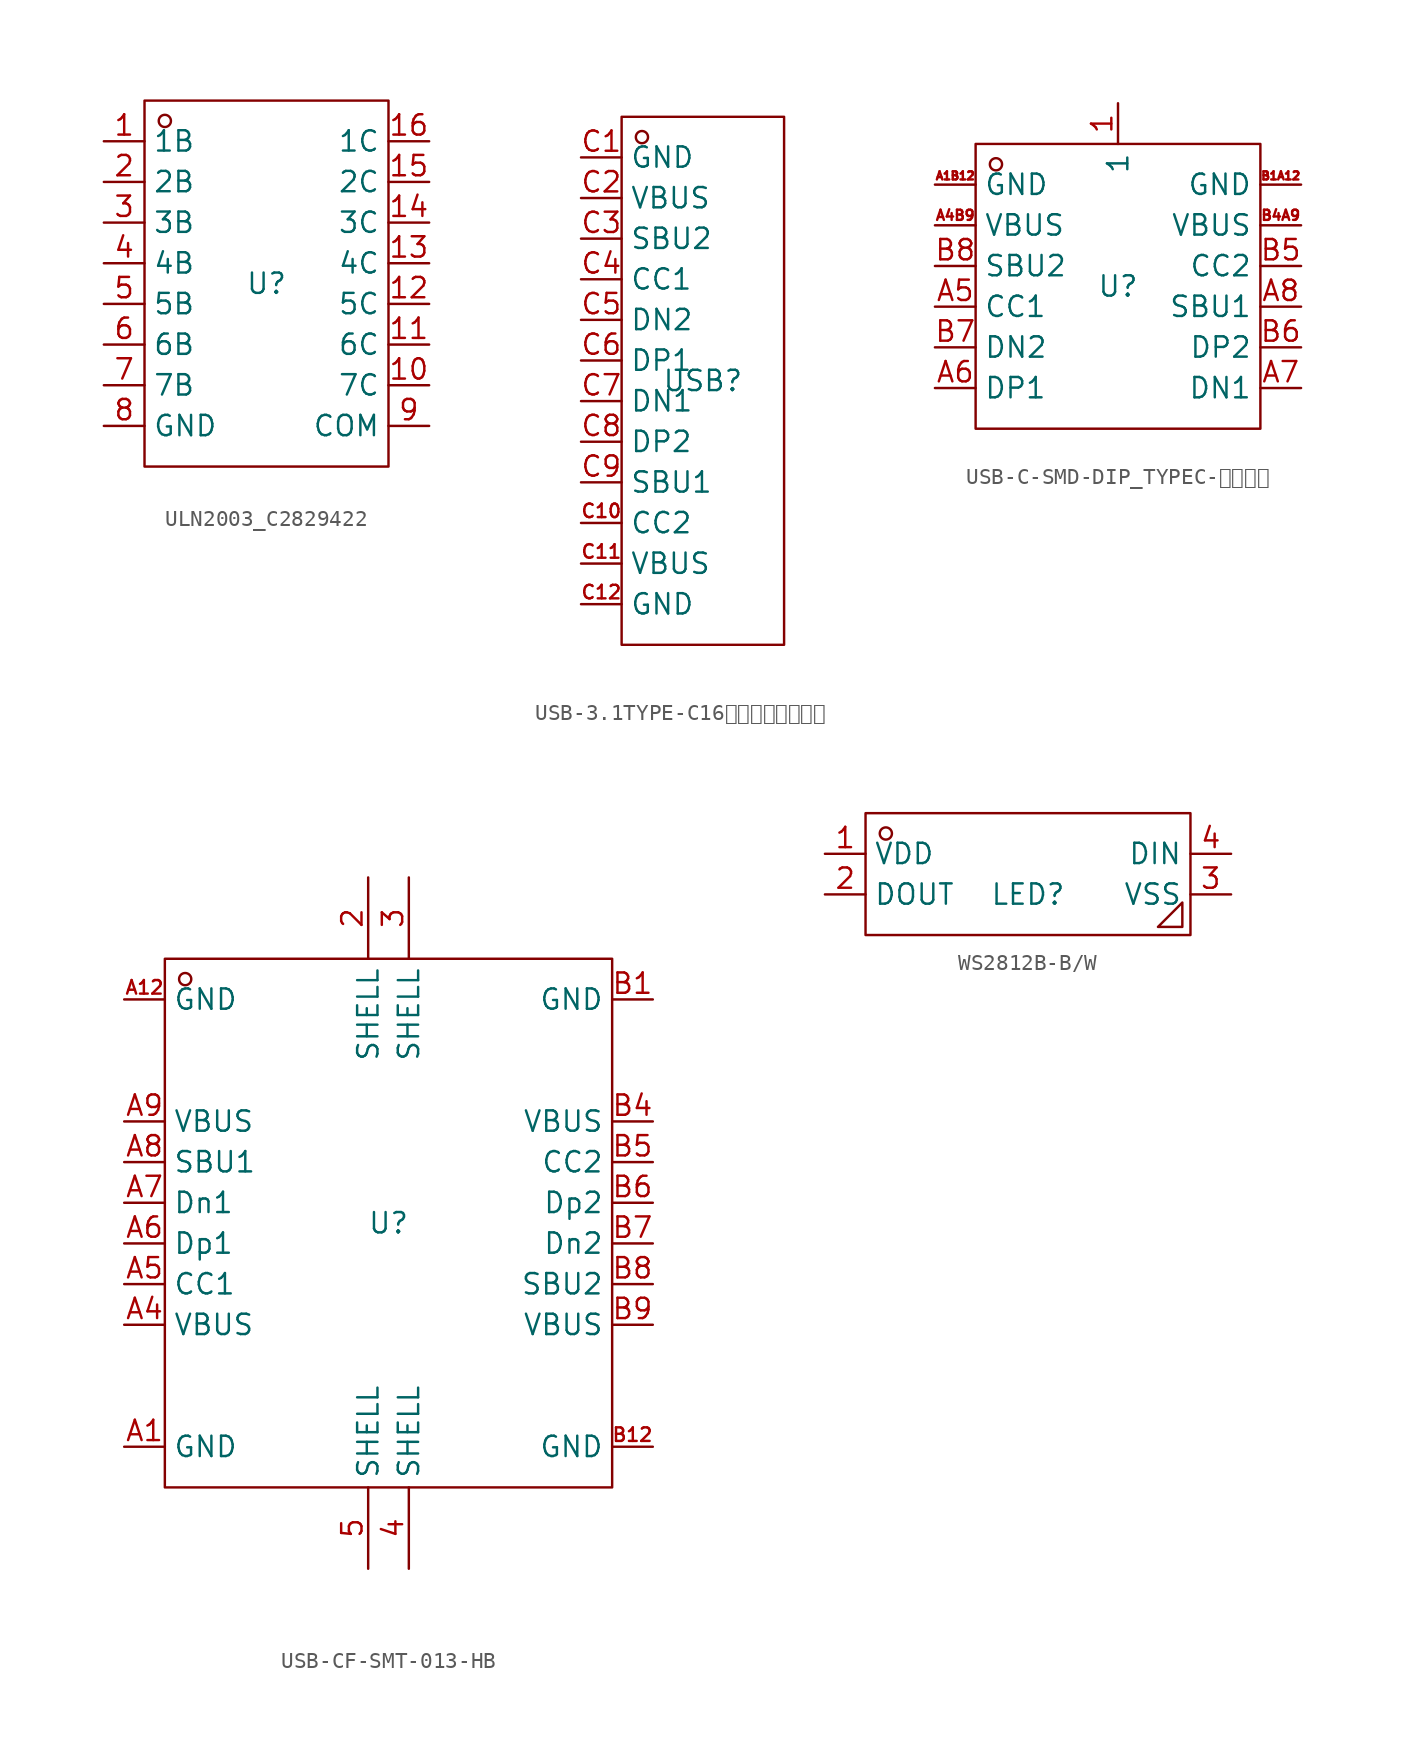
<source format=kicad_sym>
(kicad_symbol_lib
  (version 20231120)
  (generator "kicad_symbol_editor")
  (generator_version "8.0")
  (symbol "ULN2003_C2829422"
    (property "Reference" "U"
      (at 0 0 0)
      (effects (font (size 1.27 1.27))))
    (property "Value" ""
      (at 0 0 0)
      (effects (font (size 1.27 1.27))))
    (symbol "ULN2003_C2829422_1_0"
      (rectangle (start -7.62 -11.43) (end 7.62 11.43) (stroke (width 0) (type default)) (fill (type none)))
      (circle (center -6.35 10.16) (radius 0.381) (stroke (width 0) (type default)) (fill (type none)))
      (pin input line (at -10.16 8.89 0) (length 2.54) (name "1B" (effects (font (size 1.27 1.27)))) (number "1" (effects (font (size 1.27 1.27)))))
      (pin input line (at 10.16 -6.35 180) (length 2.54) (name "7C" (effects (font (size 1.27 1.27)))) (number "10" (effects (font (size 1.27 1.27)))))
      (pin input line (at 10.16 -3.81 180) (length 2.54) (name "6C" (effects (font (size 1.27 1.27)))) (number "11" (effects (font (size 1.27 1.27)))))
      (pin input line (at 10.16 -1.27 180) (length 2.54) (name "5C" (effects (font (size 1.27 1.27)))) (number "12" (effects (font (size 1.27 1.27)))))
      (pin input line (at 10.16 1.27 180) (length 2.54) (name "4C" (effects (font (size 1.27 1.27)))) (number "13" (effects (font (size 1.27 1.27)))))
      (pin input line (at 10.16 3.81 180) (length 2.54) (name "3C" (effects (font (size 1.27 1.27)))) (number "14" (effects (font (size 1.27 1.27)))))
      (pin input line (at 10.16 6.35 180) (length 2.54) (name "2C" (effects (font (size 1.27 1.27)))) (number "15" (effects (font (size 1.27 1.27)))))
      (pin input line (at 10.16 8.89 180) (length 2.54) (name "1C" (effects (font (size 1.27 1.27)))) (number "16" (effects (font (size 1.27 1.27)))))
      (pin input line (at -10.16 6.35 0) (length 2.54) (name "2B" (effects (font (size 1.27 1.27)))) (number "2" (effects (font (size 1.27 1.27)))))
      (pin input line (at -10.16 3.81 0) (length 2.54) (name "3B" (effects (font (size 1.27 1.27)))) (number "3" (effects (font (size 1.27 1.27)))))
      (pin input line (at -10.16 1.27 0) (length 2.54) (name "4B" (effects (font (size 1.27 1.27)))) (number "4" (effects (font (size 1.27 1.27)))))
      (pin input line (at -10.16 -1.27 0) (length 2.54) (name "5B" (effects (font (size 1.27 1.27)))) (number "5" (effects (font (size 1.27 1.27)))))
      (pin input line (at -10.16 -3.81 0) (length 2.54) (name "6B" (effects (font (size 1.27 1.27)))) (number "6" (effects (font (size 1.27 1.27)))))
      (pin input line (at -10.16 -6.35 0) (length 2.54) (name "7B" (effects (font (size 1.27 1.27)))) (number "7" (effects (font (size 1.27 1.27)))))
      (pin input line (at -10.16 -8.89 0) (length 2.54) (name "GND" (effects (font (size 1.27 1.27)))) (number "8" (effects (font (size 1.27 1.27)))))
      (pin input line (at 10.16 -8.89 180) (length 2.54) (name "COM" (effects (font (size 1.27 1.27)))) (number "9" (effects (font (size 1.27 1.27)))))))
  (symbol "USB-3.1TYPE-C16沉板带螺丝孔双耳"
    (property "Reference" "USB"
      (at 0 0 0)
      (effects (font (size 1.27 1.27))))
    (property "Value" ""
      (at 0 0 0)
      (effects (font (size 1.27 1.27))))
    (symbol "USB-3.1TYPE-C16沉板带螺丝孔双耳_1_0"
      (rectangle (start -5.08 -16.51) (end 5.08 16.51) (stroke (width 0) (type default)) (fill (type none)))
      (circle (center -3.81 15.24) (radius 0.381) (stroke (width 0) (type default)) (fill (type none)))
      (pin input line (at -7.62 13.97 0) (length 2.54) (name "GND" (effects (font (size 1.27 1.27)))) (number "C1" (effects (font (size 1.27 1.27)))))
      (pin input line (at -7.62 -8.89 0) (length 2.54) (name "CC2" (effects (font (size 1.27 1.27)))) (number "C10" (effects (font (size 0.847 0.847)))))
      (pin input line (at -7.62 -11.43 0) (length 2.54) (name "VBUS" (effects (font (size 1.27 1.27)))) (number "C11" (effects (font (size 0.847 0.847)))))
      (pin input line (at -7.62 -13.97 0) (length 2.54) (name "GND" (effects (font (size 1.27 1.27)))) (number "C12" (effects (font (size 0.847 0.847)))))
      (pin input line (at -7.62 11.43 0) (length 2.54) (name "VBUS" (effects (font (size 1.27 1.27)))) (number "C2" (effects (font (size 1.27 1.27)))))
      (pin input line (at -7.62 8.89 0) (length 2.54) (name "SBU2" (effects (font (size 1.27 1.27)))) (number "C3" (effects (font (size 1.27 1.27)))))
      (pin input line (at -7.62 6.35 0) (length 2.54) (name "CC1" (effects (font (size 1.27 1.27)))) (number "C4" (effects (font (size 1.27 1.27)))))
      (pin input line (at -7.62 3.81 0) (length 2.54) (name "DN2" (effects (font (size 1.27 1.27)))) (number "C5" (effects (font (size 1.27 1.27)))))
      (pin input line (at -7.62 1.27 0) (length 2.54) (name "DP1" (effects (font (size 1.27 1.27)))) (number "C6" (effects (font (size 1.27 1.27)))))
      (pin input line (at -7.62 -1.27 0) (length 2.54) (name "DN1" (effects (font (size 1.27 1.27)))) (number "C7" (effects (font (size 1.27 1.27)))))
      (pin input line (at -7.62 -3.81 0) (length 2.54) (name "DP2" (effects (font (size 1.27 1.27)))) (number "C8" (effects (font (size 1.27 1.27)))))
      (pin input line (at -7.62 -6.35 0) (length 2.54) (name "SBU1" (effects (font (size 1.27 1.27)))) (number "C9" (effects (font (size 1.27 1.27)))))))
  (symbol "USB-C-SMD-DIP_TYPEC-缩减引脚"
    (property "Reference" "U"
      (at 0 0 0)
      (effects (font (size 1.27 1.27))))
    (property "Value" ""
      (at 0 0 0)
      (effects (font (size 1.27 1.27))))
    (symbol "USB-C-SMD-DIP_TYPEC-缩减引脚_1_0"
      (rectangle (start -8.89 -8.89) (end 8.89 8.89) (stroke (width 0) (type default)) (fill (type none)))
      (circle (center -7.62 7.62) (radius 0.381) (stroke (width 0) (type default)) (fill (type none)))
      (pin unspecified line (at 0 11.43 270) (length 2.54) (name "1" (effects (font (size 1.27 1.27)))) (number "1" (effects (font (size 1.27 1.27)))))
      (pin unspecified line (at -11.43 6.35 0) (length 2.54) (name "GND" (effects (font (size 1.27 1.27)))) (number "A1B12" (effects (font (size 0.508 0.508)))))
      (pin unspecified line (at -11.43 3.81 0) (length 2.54) (name "VBUS" (effects (font (size 1.27 1.27)))) (number "A4B9" (effects (font (size 0.635 0.635)))))
      (pin unspecified line (at -11.43 -1.27 0) (length 2.54) (name "CC1" (effects (font (size 1.27 1.27)))) (number "A5" (effects (font (size 1.27 1.27)))))
      (pin unspecified line (at -11.43 -6.35 0) (length 2.54) (name "DP1" (effects (font (size 1.27 1.27)))) (number "A6" (effects (font (size 1.27 1.27)))))
      (pin unspecified line (at 11.43 -6.35 180) (length 2.54) (name "DN1" (effects (font (size 1.27 1.27)))) (number "A7" (effects (font (size 1.27 1.27)))))
      (pin unspecified line (at 11.43 -1.27 180) (length 2.54) (name "SBU1" (effects (font (size 1.27 1.27)))) (number "A8" (effects (font (size 1.27 1.27)))))
      (pin unspecified line (at 11.43 6.35 180) (length 2.54) (name "GND" (effects (font (size 1.27 1.27)))) (number "B1A12" (effects (font (size 0.508 0.508)))))
      (pin unspecified line (at 11.43 3.81 180) (length 2.54) (name "VBUS" (effects (font (size 1.27 1.27)))) (number "B4A9" (effects (font (size 0.635 0.635)))))
      (pin unspecified line (at 11.43 1.27 180) (length 2.54) (name "CC2" (effects (font (size 1.27 1.27)))) (number "B5" (effects (font (size 1.27 1.27)))))
      (pin unspecified line (at 11.43 -3.81 180) (length 2.54) (name "DP2" (effects (font (size 1.27 1.27)))) (number "B6" (effects (font (size 1.27 1.27)))))
      (pin unspecified line (at -11.43 -3.81 0) (length 2.54) (name "DN2" (effects (font (size 1.27 1.27)))) (number "B7" (effects (font (size 1.27 1.27)))))
      (pin unspecified line (at -11.43 1.27 0) (length 2.54) (name "SBU2" (effects (font (size 1.27 1.27)))) (number "B8" (effects (font (size 1.27 1.27)))))))
  (symbol "USB-CF-SMT-013-HB"
    (property "Reference" "U"
      (at 0 0 0)
      (effects (font (size 1.27 1.27))))
    (property "Value" ""
      (at 0 0 0)
      (effects (font (size 1.27 1.27))))
    (symbol "USB-CF-SMT-013-HB_1_0"
      (rectangle (start -13.97 -16.51) (end 13.97 16.51) (stroke (width 0) (type default)) (fill (type none)))
      (circle (center -12.7 15.24) (radius 0.381) (stroke (width 0) (type default)) (fill (type none)))
      (pin unspecified line (at -1.27 21.59 270) (length 5.08) (name "SHELL" (effects (font (size 1.27 1.27)))) (number "2" (effects (font (size 1.27 1.27)))))
      (pin unspecified line (at 1.27 21.59 270) (length 5.08) (name "SHELL" (effects (font (size 1.27 1.27)))) (number "3" (effects (font (size 1.27 1.27)))))
      (pin unspecified line (at 1.27 -21.59 90) (length 5.08) (name "SHELL" (effects (font (size 1.27 1.27)))) (number "4" (effects (font (size 1.27 1.27)))))
      (pin unspecified line (at -1.27 -21.59 90) (length 5.08) (name "SHELL" (effects (font (size 1.27 1.27)))) (number "5" (effects (font (size 1.27 1.27)))))
      (pin unspecified line (at -16.51 -13.97 0) (length 2.54) (name "GND" (effects (font (size 1.27 1.27)))) (number "A1" (effects (font (size 1.27 1.27)))))
      (pin unspecified line (at -16.51 13.97 0) (length 2.54) (name "GND" (effects (font (size 1.27 1.27)))) (number "A12" (effects (font (size 0.847 0.847)))))
      (pin unspecified line (at -16.51 -6.35 0) (length 2.54) (name "VBUS" (effects (font (size 1.27 1.27)))) (number "A4" (effects (font (size 1.27 1.27)))))
      (pin unspecified line (at -16.51 -3.81 0) (length 2.54) (name "CC1" (effects (font (size 1.27 1.27)))) (number "A5" (effects (font (size 1.27 1.27)))))
      (pin unspecified line (at -16.51 -1.27 0) (length 2.54) (name "Dp1" (effects (font (size 1.27 1.27)))) (number "A6" (effects (font (size 1.27 1.27)))))
      (pin unspecified line (at -16.51 1.27 0) (length 2.54) (name "Dn1" (effects (font (size 1.27 1.27)))) (number "A7" (effects (font (size 1.27 1.27)))))
      (pin unspecified line (at -16.51 3.81 0) (length 2.54) (name "SBU1" (effects (font (size 1.27 1.27)))) (number "A8" (effects (font (size 1.27 1.27)))))
      (pin unspecified line (at -16.51 6.35 0) (length 2.54) (name "VBUS" (effects (font (size 1.27 1.27)))) (number "A9" (effects (font (size 1.27 1.27)))))
      (pin unspecified line (at 16.51 13.97 180) (length 2.54) (name "GND" (effects (font (size 1.27 1.27)))) (number "B1" (effects (font (size 1.27 1.27)))))
      (pin unspecified line (at 16.51 -13.97 180) (length 2.54) (name "GND" (effects (font (size 1.27 1.27)))) (number "B12" (effects (font (size 0.847 0.847)))))
      (pin unspecified line (at 16.51 6.35 180) (length 2.54) (name "VBUS" (effects (font (size 1.27 1.27)))) (number "B4" (effects (font (size 1.27 1.27)))))
      (pin unspecified line (at 16.51 3.81 180) (length 2.54) (name "CC2" (effects (font (size 1.27 1.27)))) (number "B5" (effects (font (size 1.27 1.27)))))
      (pin unspecified line (at 16.51 1.27 180) (length 2.54) (name "Dp2" (effects (font (size 1.27 1.27)))) (number "B6" (effects (font (size 1.27 1.27)))))
      (pin unspecified line (at 16.51 -1.27 180) (length 2.54) (name "Dn2" (effects (font (size 1.27 1.27)))) (number "B7" (effects (font (size 1.27 1.27)))))
      (pin unspecified line (at 16.51 -3.81 180) (length 2.54) (name "SBU2" (effects (font (size 1.27 1.27)))) (number "B8" (effects (font (size 1.27 1.27)))))
      (pin unspecified line (at 16.51 -6.35 180) (length 2.54) (name "VBUS" (effects (font (size 1.27 1.27)))) (number "B9" (effects (font (size 1.27 1.27)))))))
  (symbol "WS2812B-B/W"
    (property "Reference" "LED"
      (at 0 0 0)
      (effects (font (size 1.27 1.27))))
    (property "Value" ""
      (at 0 0 0)
      (effects (font (size 1.27 1.27))))
    (symbol "WS2812B-B/W_1_0"
      (rectangle (start -10.16 -2.54) (end 10.16 5.08) (stroke (width 0) (type default)) (fill (type none)))
      (circle (center -8.89 3.81) (radius 0.381) (stroke (width 0) (type default)) (fill (type none)))
      (polyline (pts (xy 9.652 -0.508) (xy 9.652 -2.032) (xy 9.652 -2.032) (xy 8.128 -2.032) (xy 8.128 -2.032) (xy 9.652 -0.508)) (stroke (width 0) (type default)) (fill (type none)))
      (pin input line (at -12.7 2.54 0) (length 2.54) (name "VDD" (effects (font (size 1.27 1.27)))) (number "1" (effects (font (size 1.27 1.27)))))
      (pin input line (at -12.7 0 0) (length 2.54) (name "DOUT" (effects (font (size 1.27 1.27)))) (number "2" (effects (font (size 1.27 1.27)))))
      (pin input line (at 12.7 0 180) (length 2.54) (name "VSS" (effects (font (size 1.27 1.27)))) (number "3" (effects (font (size 1.27 1.27)))))
      (pin input line (at 12.7 2.54 180) (length 2.54) (name "DIN" (effects (font (size 1.27 1.27)))) (number "4" (effects (font (size 1.27 1.27))))))))
</source>
